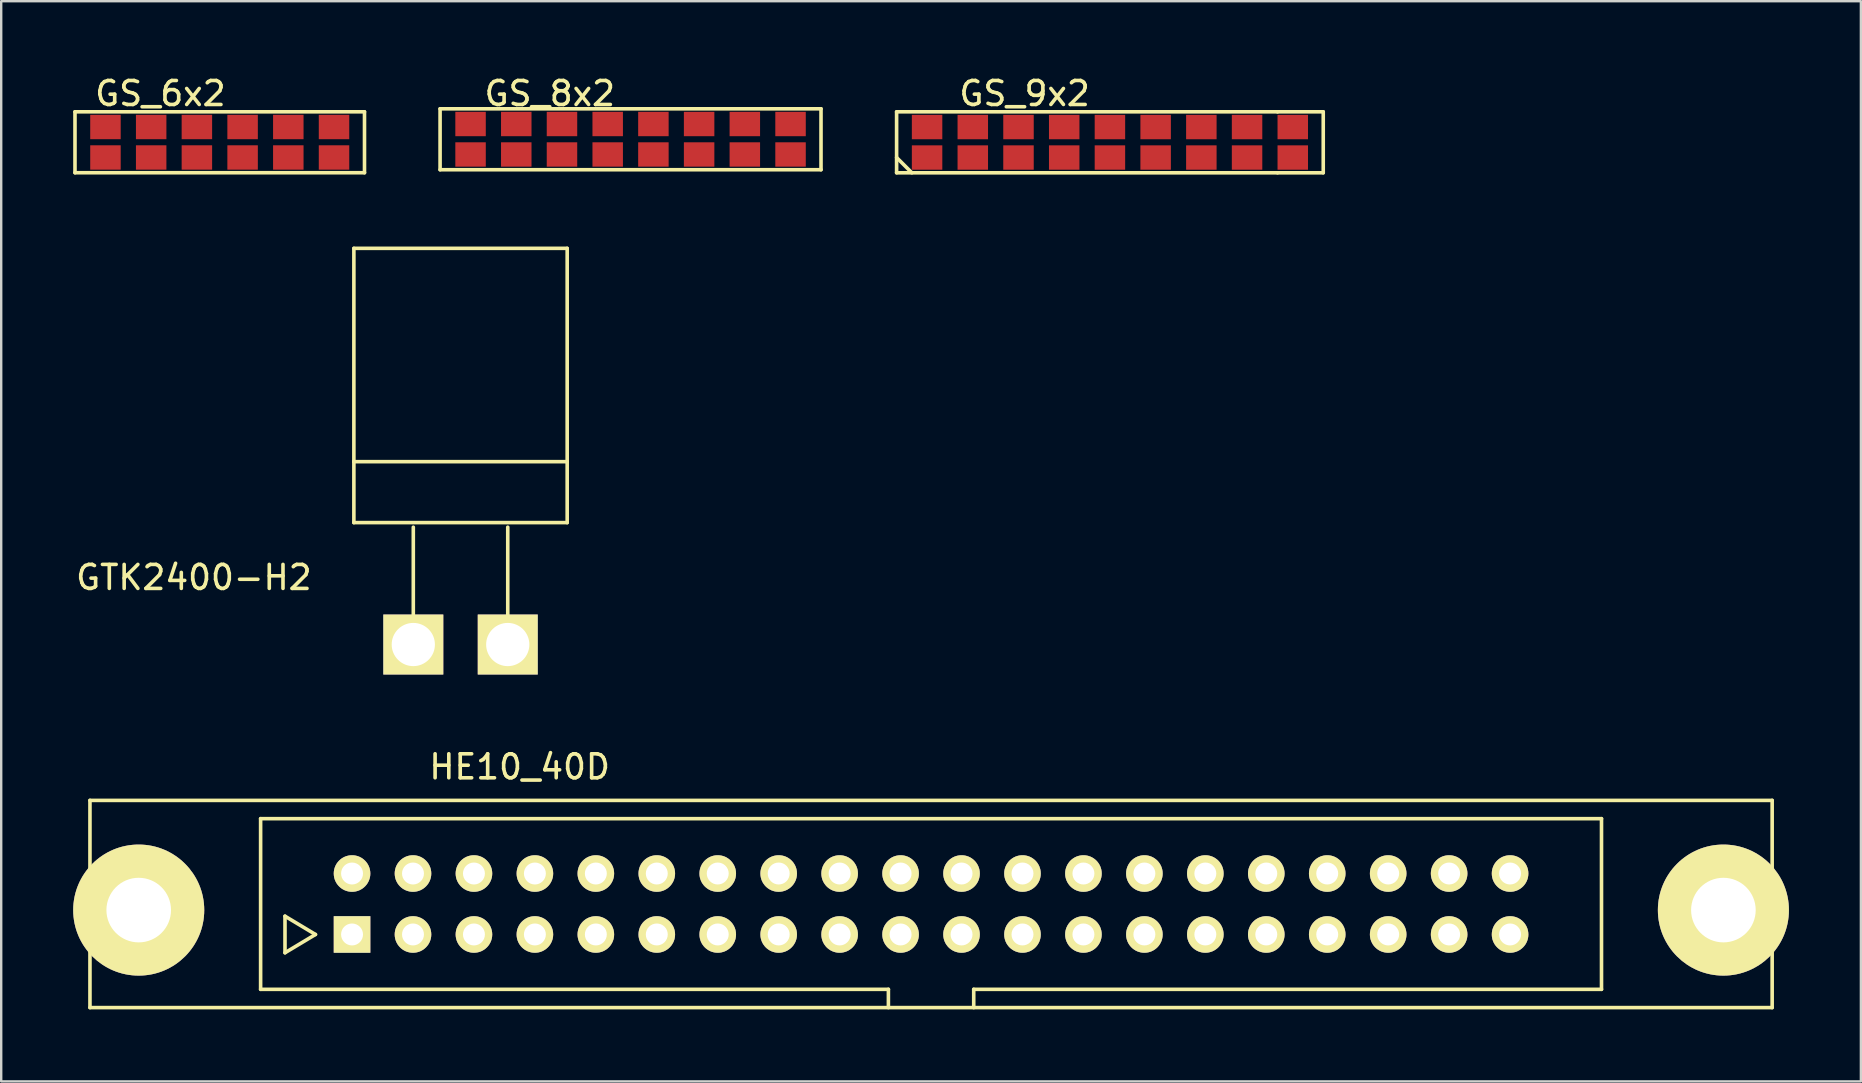
<source format=kicad_pcb>
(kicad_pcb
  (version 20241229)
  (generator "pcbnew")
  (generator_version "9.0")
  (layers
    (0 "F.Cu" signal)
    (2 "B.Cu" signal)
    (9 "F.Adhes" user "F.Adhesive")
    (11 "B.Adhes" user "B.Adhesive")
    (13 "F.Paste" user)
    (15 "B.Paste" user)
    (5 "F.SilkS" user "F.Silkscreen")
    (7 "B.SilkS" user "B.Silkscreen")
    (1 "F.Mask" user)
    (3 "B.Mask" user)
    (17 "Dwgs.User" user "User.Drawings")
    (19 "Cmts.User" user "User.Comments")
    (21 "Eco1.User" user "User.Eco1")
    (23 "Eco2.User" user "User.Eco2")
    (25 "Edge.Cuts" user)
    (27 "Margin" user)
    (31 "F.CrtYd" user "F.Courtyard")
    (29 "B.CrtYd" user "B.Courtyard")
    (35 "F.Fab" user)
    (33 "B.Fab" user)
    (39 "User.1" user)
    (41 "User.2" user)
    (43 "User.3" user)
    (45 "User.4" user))
  (footprint "HE10_40D"
    (layer "F.Cu")
    (at 35.751 34.623)
    (property "Reference" "HE10_40D" (at -17.145 -5.715 0) (layer "F.SilkS") (effects (font (size 1 1) (thickness 0.15))))
    (attr through_hole)
    (fp_line (start -35.052 -4.318) (end -35.052 4.318) (stroke (width 0.15) (type solid)) (layer "F.SilkS"))
    (fp_line (start -35.052 4.318) (end 35.052 4.318) (stroke (width 0.15) (type solid)) (layer "F.SilkS"))
    (fp_line (start -27.94 -3.556) (end 27.94 -3.556) (stroke (width 0.15) (type solid)) (layer "F.SilkS"))
    (fp_line (start -27.94 3.556) (end -27.94 -3.556) (stroke (width 0.15) (type solid)) (layer "F.SilkS"))
    (fp_line (start -26.924 0.508) (end -26.924 2.032) (stroke (width 0.15) (type solid)) (layer "F.SilkS"))
    (fp_line (start -26.924 2.032) (end -25.654 1.27) (stroke (width 0.15) (type solid)) (layer "F.SilkS"))
    (fp_line (start -25.654 1.27) (end -26.924 0.508) (stroke (width 0.15) (type solid)) (layer "F.SilkS"))
    (fp_line (start -1.778 3.556) (end -27.94 3.556) (stroke (width 0.15) (type solid)) (layer "F.SilkS"))
    (fp_line (start -1.778 4.318) (end -1.778 3.556) (stroke (width 0.15) (type solid)) (layer "F.SilkS"))
    (fp_line (start 1.778 3.556) (end 1.778 4.318) (stroke (width 0.15) (type solid)) (layer "F.SilkS"))
    (fp_line (start 27.94 -3.556) (end 27.94 3.556) (stroke (width 0.15) (type solid)) (layer "F.SilkS"))
    (fp_line (start 27.94 3.556) (end 1.778 3.556) (stroke (width 0.15) (type solid)) (layer "F.SilkS"))
    (fp_line (start 35.052 -4.318) (end -35.052 -4.318) (stroke (width 0.15) (type solid)) (layer "F.SilkS"))
    (fp_line (start 35.052 4.318) (end 35.052 -4.318) (stroke (width 0.15) (type solid)) (layer "F.SilkS"))
    (pad "" thru_hole circle (at -33.02 0.254) (size 5.461 5.461) (drill 2.692) (layers "*.Cu" "*.Mask" "F.SilkS"))
    (pad "" thru_hole circle (at 33.02 0.254) (size 5.461 5.461) (drill 2.692) (layers "*.Cu" "*.Mask" "F.SilkS"))
    (pad "1" thru_hole rect (at -24.13 1.27) (size 1.524 1.524) (drill 0.914) (layers "*.Cu" "*.Mask" "F.SilkS"))
    (pad "2" thru_hole circle (at -24.13 -1.27) (size 1.524 1.524) (drill 0.914) (layers "*.Cu" "*.Mask" "F.SilkS"))
    (pad "3" thru_hole circle (at -21.59 1.27) (size 1.524 1.524) (drill 0.914) (layers "*.Cu" "*.Mask" "F.SilkS"))
    (pad "4" thru_hole circle (at -21.59 -1.27) (size 1.524 1.524) (drill 0.914) (layers "*.Cu" "*.Mask" "F.SilkS"))
    (pad "5" thru_hole circle (at -19.05 1.27) (size 1.524 1.524) (drill 0.914) (layers "*.Cu" "*.Mask" "F.SilkS"))
    (pad "6" thru_hole circle (at -19.05 -1.27) (size 1.524 1.524) (drill 0.914) (layers "*.Cu" "*.Mask" "F.SilkS"))
    (pad "7" thru_hole circle (at -16.51 1.27) (size 1.524 1.524) (drill 0.914) (layers "*.Cu" "*.Mask" "F.SilkS"))
    (pad "8" thru_hole circle (at -16.51 -1.27) (size 1.524 1.524) (drill 0.914) (layers "*.Cu" "*.Mask" "F.SilkS"))
    (pad "9" thru_hole circle (at -13.97 1.27) (size 1.524 1.524) (drill 0.914) (layers "*.Cu" "*.Mask" "F.SilkS"))
    (pad "10" thru_hole circle (at -13.97 -1.27) (size 1.524 1.524) (drill 0.914) (layers "*.Cu" "*.Mask" "F.SilkS"))
    (pad "11" thru_hole circle (at -11.43 1.27) (size 1.524 1.524) (drill 0.914) (layers "*.Cu" "*.Mask" "F.SilkS"))
    (pad "12" thru_hole circle (at -11.43 -1.27) (size 1.524 1.524) (drill 0.914) (layers "*.Cu" "*.Mask" "F.SilkS"))
    (pad "13" thru_hole circle (at -8.89 1.27) (size 1.524 1.524) (drill 0.914) (layers "*.Cu" "*.Mask" "F.SilkS"))
    (pad "14" thru_hole circle (at -8.89 -1.27) (size 1.524 1.524) (drill 0.914) (layers "*.Cu" "*.Mask" "F.SilkS"))
    (pad "15" thru_hole circle (at -6.35 1.27) (size 1.524 1.524) (drill 0.914) (layers "*.Cu" "*.Mask" "F.SilkS"))
    (pad "16" thru_hole circle (at -6.35 -1.27) (size 1.524 1.524) (drill 0.914) (layers "*.Cu" "*.Mask" "F.SilkS"))
    (pad "17" thru_hole circle (at -3.81 1.27) (size 1.524 1.524) (drill 0.914) (layers "*.Cu" "*.Mask" "F.SilkS"))
    (pad "18" thru_hole circle (at -3.81 -1.27) (size 1.524 1.524) (drill 0.914) (layers "*.Cu" "*.Mask" "F.SilkS"))
    (pad "19" thru_hole circle (at -1.27 1.27) (size 1.524 1.524) (drill 0.914) (layers "*.Cu" "*.Mask" "F.SilkS"))
    (pad "20" thru_hole circle (at -1.27 -1.27) (size 1.524 1.524) (drill 0.914) (layers "*.Cu" "*.Mask" "F.SilkS"))
    (pad "21" thru_hole circle (at 1.27 1.27) (size 1.524 1.524) (drill 0.914) (layers "*.Cu" "*.Mask" "F.SilkS"))
    (pad "22" thru_hole circle (at 1.27 -1.27) (size 1.524 1.524) (drill 0.914) (layers "*.Cu" "*.Mask" "F.SilkS"))
    (pad "23" thru_hole circle (at 3.81 1.27) (size 1.524 1.524) (drill 0.914) (layers "*.Cu" "*.Mask" "F.SilkS"))
    (pad "24" thru_hole circle (at 3.81 -1.27) (size 1.524 1.524) (drill 0.914) (layers "*.Cu" "*.Mask" "F.SilkS"))
    (pad "25" thru_hole circle (at 6.35 1.27) (size 1.524 1.524) (drill 0.914) (layers "*.Cu" "*.Mask" "F.SilkS"))
    (pad "26" thru_hole circle (at 6.35 -1.27) (size 1.524 1.524) (drill 0.914) (layers "*.Cu" "*.Mask" "F.SilkS"))
    (pad "27" thru_hole circle (at 8.89 1.27) (size 1.524 1.524) (drill 0.914) (layers "*.Cu" "*.Mask" "F.SilkS"))
    (pad "28" thru_hole circle (at 8.89 -1.27) (size 1.524 1.524) (drill 0.914) (layers "*.Cu" "*.Mask" "F.SilkS"))
    (pad "29" thru_hole circle (at 11.43 1.27) (size 1.524 1.524) (drill 0.914) (layers "*.Cu" "*.Mask" "F.SilkS"))
    (pad "30" thru_hole circle (at 11.43 -1.27) (size 1.524 1.524) (drill 0.914) (layers "*.Cu" "*.Mask" "F.SilkS"))
    (pad "31" thru_hole circle (at 13.97 1.27) (size 1.524 1.524) (drill 0.914) (layers "*.Cu" "*.Mask" "F.SilkS"))
    (pad "32" thru_hole circle (at 13.97 -1.27) (size 1.524 1.524) (drill 0.914) (layers "*.Cu" "*.Mask" "F.SilkS"))
    (pad "33" thru_hole circle (at 16.51 1.27) (size 1.524 1.524) (drill 0.914) (layers "*.Cu" "*.Mask" "F.SilkS"))
    (pad "34" thru_hole circle (at 16.51 -1.27) (size 1.524 1.524) (drill 0.914) (layers "*.Cu" "*.Mask" "F.SilkS"))
    (pad "35" thru_hole circle (at 19.05 1.27) (size 1.524 1.524) (drill 0.914) (layers "*.Cu" "*.Mask" "F.SilkS"))
    (pad "36" thru_hole circle (at 19.05 -1.27) (size 1.524 1.524) (drill 0.914) (layers "*.Cu" "*.Mask" "F.SilkS"))
    (pad "37" thru_hole circle (at 21.59 1.27) (size 1.524 1.524) (drill 0.914) (layers "*.Cu" "*.Mask" "F.SilkS"))
    (pad "38" thru_hole circle (at 21.59 -1.27) (size 1.524 1.524) (drill 0.914) (layers "*.Cu" "*.Mask" "F.SilkS"))
    (pad "39" thru_hole circle (at 24.13 1.27) (size 1.524 1.524) (drill 0.914) (layers "*.Cu" "*.Mask" "F.SilkS"))
    (pad "40" thru_hole circle (at 24.13 -1.27) (size 1.524 1.524) (drill 0.914) (layers "*.Cu" "*.Mask" "F.SilkS")))
  (footprint "GS_6x2"
    (layer "F.Cu")
    (at 5.79 2.878)
    (property "Reference" "GS_6x2" (at -2.156 -2.029 0) (layer "F.SilkS") (effects (font (size 1 1) (thickness 0.15))))
    (attr through_hole)
    (fp_line (start -5.715 -1.27) (end 6.35 -1.27) (stroke (width 0.15) (type solid)) (layer "F.SilkS"))
    (fp_line (start -5.715 1.27) (end -5.715 -1.27) (stroke (width 0.15) (type solid)) (layer "F.SilkS"))
    (fp_line (start 6.35 -1.27) (end 6.35 1.27) (stroke (width 0.15) (type solid)) (layer "F.SilkS"))
    (fp_line (start 6.35 1.27) (end -5.715 1.27) (stroke (width 0.15) (type solid)) (layer "F.SilkS"))
    (pad "1" smd rect (at -4.445 0.635) (size 1.27 1.016) (layers "F.Cu" "F.Mask" "F.Paste"))
    (pad "2" smd rect (at -4.445 -0.635) (size 1.27 1.016) (layers "F.Cu" "F.Mask" "F.Paste"))
    (pad "3" smd rect (at -2.54 0.635) (size 1.27 1.016) (layers "F.Cu" "F.Mask" "F.Paste"))
    (pad "4" smd rect (at -2.54 -0.635) (size 1.27 1.016) (layers "F.Cu" "F.Mask" "F.Paste"))
    (pad "5" smd rect (at -0.635 0.635) (size 1.27 1.016) (layers "F.Cu" "F.Mask" "F.Paste"))
    (pad "6" smd rect (at -0.635 -0.635) (size 1.27 1.016) (layers "F.Cu" "F.Mask" "F.Paste"))
    (pad "7" smd rect (at 1.27 0.635) (size 1.27 1.016) (layers "F.Cu" "F.Mask" "F.Paste"))
    (pad "8" smd rect (at 1.27 -0.635) (size 1.27 1.016) (layers "F.Cu" "F.Mask" "F.Paste"))
    (pad "9" smd rect (at 3.175 0.635) (size 1.27 1.016) (layers "F.Cu" "F.Mask" "F.Paste"))
    (pad "10" smd rect (at 3.175 -0.635) (size 1.27 1.016) (layers "F.Cu" "F.Mask" "F.Paste"))
    (pad "11" smd rect (at 5.08 0.635) (size 1.27 1.016) (layers "F.Cu" "F.Mask" "F.Paste"))
    (pad "12" smd rect (at 5.08 -0.635) (size 1.27 1.016) (layers "F.Cu" "F.Mask" "F.Paste")))
  (footprint "GS_8x2"
    (layer "F.Cu")
    (at 22.91 2.753)
    (property "Reference" "GS_8x2" (at -3.048 -1.905 0) (layer "F.SilkS") (effects (font (size 1 1) (thickness 0.15))))
    (attr through_hole)
    (fp_line (start -7.62 -1.27) (end 8.255 -1.27) (stroke (width 0.15) (type solid)) (layer "F.SilkS"))
    (fp_line (start -7.62 1.27) (end -7.62 -1.27) (stroke (width 0.15) (type solid)) (layer "F.SilkS"))
    (fp_line (start 8.255 -1.27) (end 8.255 1.27) (stroke (width 0.15) (type solid)) (layer "F.SilkS"))
    (fp_line (start 8.255 1.27) (end -7.62 1.27) (stroke (width 0.15) (type solid)) (layer "F.SilkS"))
    (pad "1" smd rect (at -6.35 0.635) (size 1.27 1.016) (layers "F.Cu" "F.Mask" "F.Paste"))
    (pad "2" smd rect (at -6.35 -0.635) (size 1.27 1.016) (layers "F.Cu" "F.Mask" "F.Paste"))
    (pad "3" smd rect (at -4.445 0.635) (size 1.27 1.016) (layers "F.Cu" "F.Mask" "F.Paste"))
    (pad "4" smd rect (at -4.445 -0.635) (size 1.27 1.016) (layers "F.Cu" "F.Mask" "F.Paste"))
    (pad "5" smd rect (at -2.54 0.635) (size 1.27 1.016) (layers "F.Cu" "F.Mask" "F.Paste"))
    (pad "6" smd rect (at -2.54 -0.635) (size 1.27 1.016) (layers "F.Cu" "F.Mask" "F.Paste"))
    (pad "7" smd rect (at -0.635 0.635) (size 1.27 1.016) (layers "F.Cu" "F.Mask" "F.Paste"))
    (pad "8" smd rect (at -0.635 -0.635) (size 1.27 1.016) (layers "F.Cu" "F.Mask" "F.Paste"))
    (pad "9" smd rect (at 1.27 0.635) (size 1.27 1.016) (layers "F.Cu" "F.Mask" "F.Paste"))
    (pad "10" smd rect (at 1.27 -0.635) (size 1.27 1.016) (layers "F.Cu" "F.Mask" "F.Paste"))
    (pad "11" smd rect (at 3.175 0.635) (size 1.27 1.016) (layers "F.Cu" "F.Mask" "F.Paste"))
    (pad "12" smd rect (at 3.175 -0.635) (size 1.27 1.016) (layers "F.Cu" "F.Mask" "F.Paste"))
    (pad "13" smd rect (at 5.08 0.635) (size 1.27 1.016) (layers "F.Cu" "F.Mask" "F.Paste"))
    (pad "14" smd rect (at 5.08 -0.635) (size 1.27 1.016) (layers "F.Cu" "F.Mask" "F.Paste"))
    (pad "15" smd rect (at 6.985 0.635) (size 1.27 1.016) (layers "F.Cu" "F.Mask" "F.Paste"))
    (pad "16" smd rect (at 6.985 -0.635) (size 1.27 1.016) (layers "F.Cu" "F.Mask" "F.Paste")))
  (footprint "GS_9x2"
    (layer "F.Cu")
    (at 43.205 2.88)
    (property "Reference" "GS_9x2" (at -3.556 -2.032 0) (layer "F.SilkS") (effects (font (size 1 1) (thickness 0.15))))
    (attr through_hole)
    (fp_line (start -8.89 -1.27) (end 6.985 -1.27) (stroke (width 0.15) (type solid)) (layer "F.SilkS"))
    (fp_line (start -8.89 0.635) (end -8.255 1.27) (stroke (width 0.15) (type solid)) (layer "F.SilkS"))
    (fp_line (start -8.89 1.27) (end -8.89 -1.27) (stroke (width 0.15) (type solid)) (layer "F.SilkS"))
    (fp_line (start 6.985 -1.27) (end 8.89 -1.27) (stroke (width 0.15) (type solid)) (layer "F.SilkS"))
    (fp_line (start 6.985 1.27) (end -8.89 1.27) (stroke (width 0.15) (type solid)) (layer "F.SilkS"))
    (fp_line (start 8.89 -1.27) (end 8.89 1.27) (stroke (width 0.15) (type solid)) (layer "F.SilkS"))
    (fp_line (start 8.89 1.27) (end 6.985 1.27) (stroke (width 0.15) (type solid)) (layer "F.SilkS"))
    (pad "1" smd rect (at -7.62 0.635) (size 1.27 1.016) (layers "F.Cu" "F.Mask" "F.Paste"))
    (pad "2" smd rect (at -7.62 -0.635) (size 1.27 1.016) (layers "F.Cu" "F.Mask" "F.Paste"))
    (pad "3" smd rect (at -5.715 0.635) (size 1.27 1.016) (layers "F.Cu" "F.Mask" "F.Paste"))
    (pad "4" smd rect (at -5.715 -0.635) (size 1.27 1.016) (layers "F.Cu" "F.Mask" "F.Paste"))
    (pad "5" smd rect (at -3.81 0.635) (size 1.27 1.016) (layers "F.Cu" "F.Mask" "F.Paste"))
    (pad "6" smd rect (at -3.81 -0.635) (size 1.27 1.016) (layers "F.Cu" "F.Mask" "F.Paste"))
    (pad "7" smd rect (at -1.905 0.635) (size 1.27 1.016) (layers "F.Cu" "F.Mask" "F.Paste"))
    (pad "8" smd rect (at -1.905 -0.635) (size 1.27 1.016) (layers "F.Cu" "F.Mask" "F.Paste"))
    (pad "9" smd rect (at 0 0.635) (size 1.27 1.016) (layers "F.Cu" "F.Mask" "F.Paste"))
    (pad "10" smd rect (at 0 -0.635) (size 1.27 1.016) (layers "F.Cu" "F.Mask" "F.Paste"))
    (pad "11" smd rect (at 1.905 0.635) (size 1.27 1.016) (layers "F.Cu" "F.Mask" "F.Paste"))
    (pad "12" smd rect (at 1.905 -0.635) (size 1.27 1.016) (layers "F.Cu" "F.Mask" "F.Paste"))
    (pad "13" smd rect (at 3.81 0.635) (size 1.27 1.016) (layers "F.Cu" "F.Mask" "F.Paste"))
    (pad "14" smd rect (at 3.81 -0.635) (size 1.27 1.016) (layers "F.Cu" "F.Mask" "F.Paste"))
    (pad "15" smd rect (at 5.715 0.635) (size 1.27 1.016) (layers "F.Cu" "F.Mask" "F.Paste"))
    (pad "16" smd rect (at 5.715 -0.635) (size 1.27 1.016) (layers "F.Cu" "F.Mask" "F.Paste"))
    (pad "17" smd rect (at 7.62 0.635) (size 1.27 1.016) (layers "F.Cu" "F.Mask" "F.Paste"))
    (pad "18" smd rect (at 7.62 -0.635) (size 1.27 1.016) (layers "F.Cu" "F.Mask" "F.Paste")))
  (footprint "GTK2400-H2"
    (layer "F.Cu")
    (at 16.142 23.81)
    (property "Reference" "GTK2400-H2" (at -11.113 -2.794 0) (layer "F.SilkS") (effects (font (size 1 1) (thickness 0.15))))
    (attr through_hole)
    (fp_line (start -4.445 -16.51) (end 4.445 -16.51) (stroke (width 0.15) (type solid)) (layer "F.SilkS"))
    (fp_line (start -4.445 -7.62) (end -4.445 -16.51) (stroke (width 0.15) (type solid)) (layer "F.SilkS"))
    (fp_line (start -4.445 -7.62) (end 4.445 -7.62) (stroke (width 0.15) (type solid)) (layer "F.SilkS"))
    (fp_line (start -4.445 -5.08) (end -4.445 -7.62) (stroke (width 0.15) (type solid)) (layer "F.SilkS"))
    (fp_line (start -1.968 0) (end -1.968 -4.889) (stroke (width 0.15) (type solid)) (layer "F.SilkS"))
    (fp_line (start 1.968 0) (end 1.968 -4.889) (stroke (width 0.15) (type solid)) (layer "F.SilkS"))
    (fp_line (start 4.445 -16.51) (end 4.445 -7.62) (stroke (width 0.15) (type solid)) (layer "F.SilkS"))
    (fp_line (start 4.445 -7.62) (end 4.445 -5.08) (stroke (width 0.15) (type solid)) (layer "F.SilkS"))
    (fp_line (start 4.445 -5.08) (end -4.445 -5.08) (stroke (width 0.15) (type solid)) (layer "F.SilkS"))
    (pad "1" thru_hole rect (at -1.968 0) (size 2.499 2.499) (drill 1.801) (layers "*.Cu" "*.Mask" "F.SilkS"))
    (pad "2" thru_hole rect (at 1.968 0) (size 2.499 2.499) (drill 1.801) (layers "*.Cu" "*.Mask" "F.SilkS")))
  (gr_rect
    (start -3 -3)
    (end 74.501 42.016)
    (stroke (width 0.1) (type default))
    (fill no)
    (layer "Edge.Cuts")))
</source>
